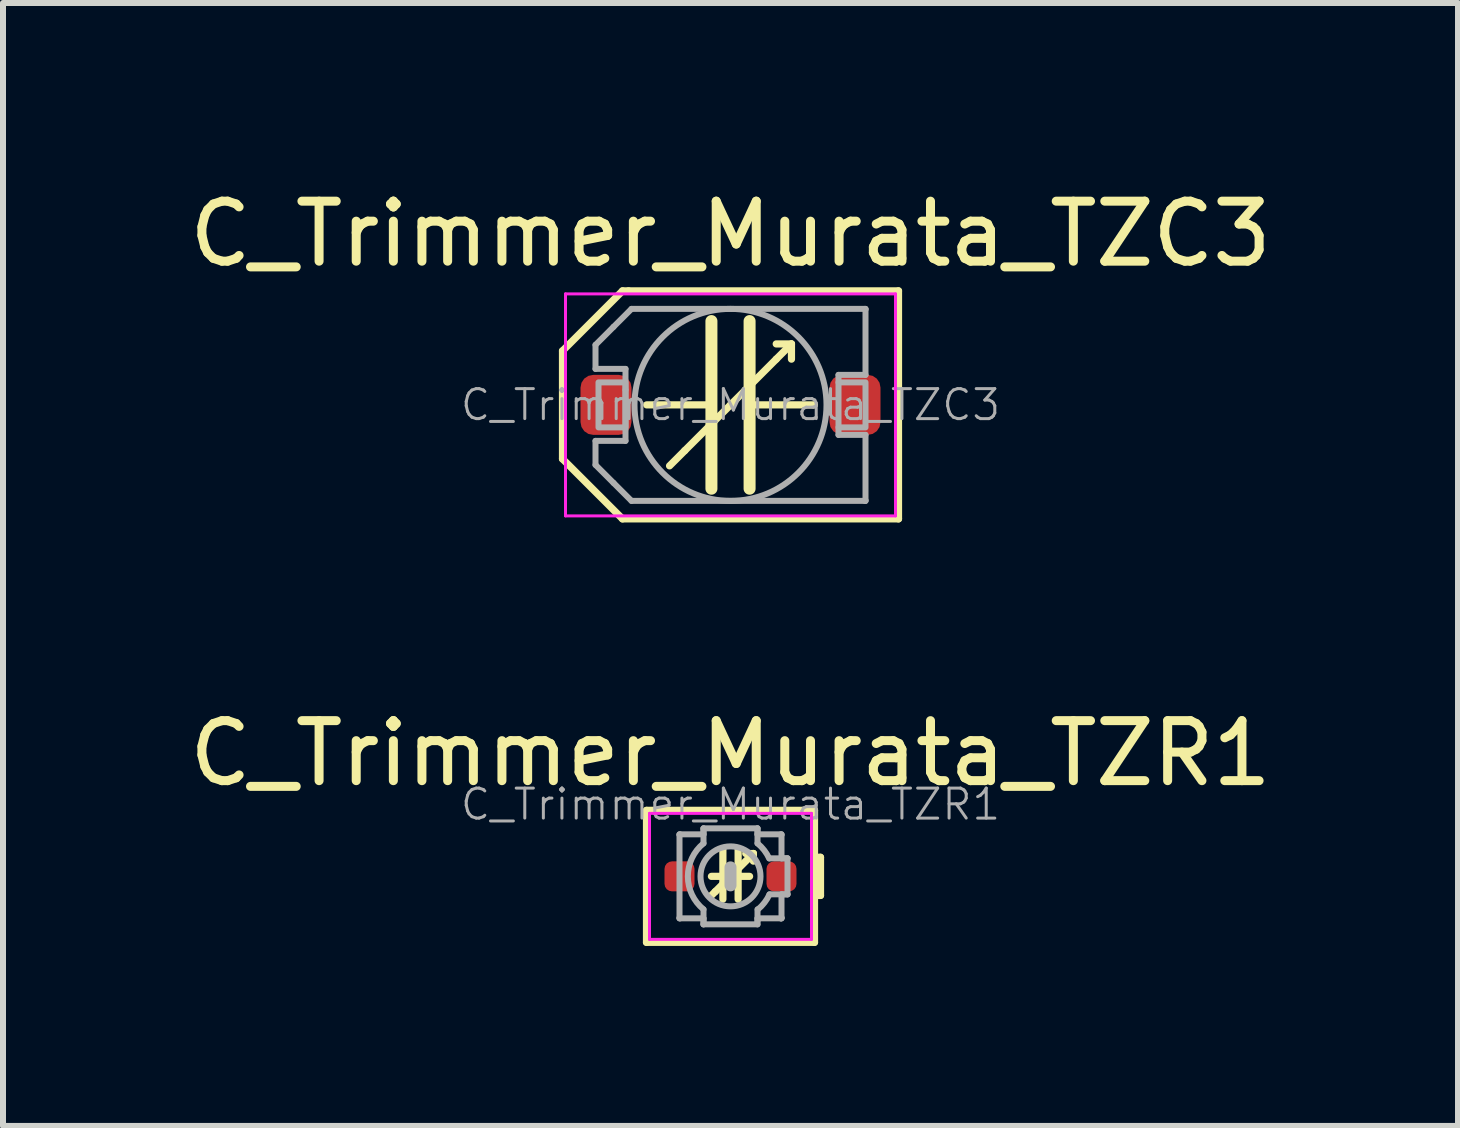
<source format=kicad_pcb>
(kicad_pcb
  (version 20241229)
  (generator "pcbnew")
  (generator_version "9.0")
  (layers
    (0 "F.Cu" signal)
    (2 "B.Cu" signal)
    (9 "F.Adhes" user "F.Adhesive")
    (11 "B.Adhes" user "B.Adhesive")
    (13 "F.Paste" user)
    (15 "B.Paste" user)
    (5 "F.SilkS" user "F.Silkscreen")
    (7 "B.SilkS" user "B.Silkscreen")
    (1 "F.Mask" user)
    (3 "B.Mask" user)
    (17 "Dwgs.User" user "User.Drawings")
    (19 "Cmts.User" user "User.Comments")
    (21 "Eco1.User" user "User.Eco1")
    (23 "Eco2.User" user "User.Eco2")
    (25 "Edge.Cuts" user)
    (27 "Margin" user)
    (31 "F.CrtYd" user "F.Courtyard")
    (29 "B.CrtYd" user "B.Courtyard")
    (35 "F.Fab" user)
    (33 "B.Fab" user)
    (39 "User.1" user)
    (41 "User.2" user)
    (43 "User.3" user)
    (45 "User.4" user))
  (footprint "C_Trimmer_Murata_TZR1"
    (layer "F.Cu")
    (at 9.125 11.556)
    (property "Reference" "C_Trimmer_Murata_TZR1" (at 0 -2.05 0) (layer "F.SilkS") (effects (font (size 1 1) (thickness 0.15))))
    (attr smd)
    (fp_line (start -1.4 -1.1) (end 1.4 -1.1) (stroke (width 0.12) (type solid)) (layer "F.SilkS"))
    (fp_line (start -1.4 1.1) (end -1.4 -1.1) (stroke (width 0.12) (type solid)) (layer "F.SilkS"))
    (fp_line (start -0.254 0.254) (end -0.318 0.318) (stroke (width 0.12) (type solid)) (layer "F.SilkS"))
    (fp_line (start -0.127 -0.445) (end -0.127 0.381) (stroke (width 0.12) (type solid)) (layer "F.SilkS"))
    (fp_line (start -0.127 0) (end -0.318 0) (stroke (width 0.12) (type solid)) (layer "F.SilkS"))
    (fp_line (start 0 0) (end -0.254 0.254) (stroke (width 0.12) (type solid)) (layer "F.SilkS"))
    (fp_line (start 0 0) (end 0.381 -0.381) (stroke (width 0.12) (type solid)) (layer "F.SilkS"))
    (fp_line (start 0.127 -0.445) (end 0.127 0.381) (stroke (width 0.12) (type solid)) (layer "F.SilkS"))
    (fp_line (start 0.127 0) (end 0.318 0) (stroke (width 0.12) (type solid)) (layer "F.SilkS"))
    (fp_line (start 0.318 -0.381) (end 0.254 -0.381) (stroke (width 0.12) (type solid)) (layer "F.SilkS"))
    (fp_line (start 0.381 -0.381) (end 0.318 -0.381) (stroke (width 0.12) (type solid)) (layer "F.SilkS"))
    (fp_line (start 0.381 -0.381) (end 0.381 -0.254) (stroke (width 0.12) (type solid)) (layer "F.SilkS"))
    (fp_line (start 1.4 -1.1) (end 1.4 1.1) (stroke (width 0.12) (type solid)) (layer "F.SilkS"))
    (fp_line (start 1.4 1.1) (end -1.4 1.1) (stroke (width 0.12) (type solid)) (layer "F.SilkS"))
    (fp_line (start 1.437 -0.318) (end 1.5 -0.318) (stroke (width 0.12) (type solid)) (layer "F.SilkS"))
    (fp_line (start 1.5 -0.318) (end 1.5 0.318) (stroke (width 0.12) (type solid)) (layer "F.SilkS"))
    (fp_line (start 1.5 0.318) (end 1.437 0.318) (stroke (width 0.12) (type solid)) (layer "F.SilkS"))
    (fp_line (start -1.35 -1.05) (end -1.35 1.05) (stroke (width 0.05) (type solid)) (layer "F.CrtYd"))
    (fp_line (start -1.35 1.05) (end 1.35 1.05) (stroke (width 0.05) (type solid)) (layer "F.CrtYd"))
    (fp_line (start 1.35 -1.05) (end -1.35 -1.05) (stroke (width 0.05) (type solid)) (layer "F.CrtYd"))
    (fp_line (start 1.35 1.05) (end 1.35 -1.05) (stroke (width 0.05) (type solid)) (layer "F.CrtYd"))
    (fp_line (start -0.85 -0.7) (end -0.84 -0.7) (stroke (width 0.1) (type solid)) (layer "F.Fab"))
    (fp_line (start -0.85 -0.69) (end -0.85 -0.7) (stroke (width 0.1) (type solid)) (layer "F.Fab"))
    (fp_line (start -0.85 0.69) (end -0.85 -0.69) (stroke (width 0.1) (type solid)) (layer "F.Fab"))
    (fp_line (start -0.85 0.7) (end -0.85 0.69) (stroke (width 0.1) (type solid)) (layer "F.Fab"))
    (fp_line (start -0.84 0.7) (end -0.85 0.7) (stroke (width 0.1) (type solid)) (layer "F.Fab"))
    (fp_line (start -0.84 0.7) (end -0.45 0.7) (stroke (width 0.1) (type solid)) (layer "F.Fab"))
    (fp_line (start -0.45 -0.8) (end -0.45 -0.55) (stroke (width 0.1) (type solid)) (layer "F.Fab"))
    (fp_line (start -0.45 -0.8) (end 0.45 -0.8) (stroke (width 0.1) (type solid)) (layer "F.Fab"))
    (fp_line (start -0.45 -0.7) (end -0.84 -0.7) (stroke (width 0.1) (type solid)) (layer "F.Fab"))
    (fp_line (start -0.45 -0.7) (end -0.45 -0.8) (stroke (width 0.1) (type solid)) (layer "F.Fab"))
    (fp_line (start -0.45 0.55) (end -0.45 0.8) (stroke (width 0.1) (type solid)) (layer "F.Fab"))
    (fp_line (start -0.45 0.7) (end -0.45 0.8) (stroke (width 0.1) (type solid)) (layer "F.Fab"))
    (fp_line (start -0.45 0.8) (end 0.45 0.8) (stroke (width 0.1) (type solid)) (layer "F.Fab"))
    (fp_line (start 0 -0.15) (end 0 0.15) (stroke (width 0.2) (type solid)) (layer "F.Fab"))
    (fp_line (start 0.45 -0.8) (end 0.45 -0.7) (stroke (width 0.1) (type solid)) (layer "F.Fab"))
    (fp_line (start 0.45 -0.8) (end 0.45 -0.55) (stroke (width 0.1) (type solid)) (layer "F.Fab"))
    (fp_line (start 0.45 0.55) (end 0.45 0.75) (stroke (width 0.1) (type solid)) (layer "F.Fab"))
    (fp_line (start 0.45 0.7) (end 0.84 0.7) (stroke (width 0.1) (type solid)) (layer "F.Fab"))
    (fp_line (start 0.45 0.8) (end 0.45 0.7) (stroke (width 0.1) (type solid)) (layer "F.Fab"))
    (fp_line (start 0.65 -0.3) (end 0.95 -0.3) (stroke (width 0.1) (type solid)) (layer "F.Fab"))
    (fp_line (start 0.84 -0.7) (end 0.45 -0.7) (stroke (width 0.1) (type solid)) (layer "F.Fab"))
    (fp_line (start 0.84 -0.7) (end 0.85 -0.7) (stroke (width 0.1) (type solid)) (layer "F.Fab"))
    (fp_line (start 0.84 0.7) (end 0.85 0.69) (stroke (width 0.1) (type solid)) (layer "F.Fab"))
    (fp_line (start 0.85 -0.7) (end 0.85 -0.69) (stroke (width 0.1) (type solid)) (layer "F.Fab"))
    (fp_line (start 0.85 -0.3) (end 0.85 -0.69) (stroke (width 0.1) (type solid)) (layer "F.Fab"))
    (fp_line (start 0.85 -0.3) (end 0.95 -0.3) (stroke (width 0.1) (type solid)) (layer "F.Fab"))
    (fp_line (start 0.85 0.69) (end 0.85 0.3) (stroke (width 0.1) (type solid)) (layer "F.Fab"))
    (fp_line (start 0.85 0.69) (end 0.85 0.7) (stroke (width 0.1) (type solid)) (layer "F.Fab"))
    (fp_line (start 0.85 0.7) (end 0.84 0.7) (stroke (width 0.1) (type solid)) (layer "F.Fab"))
    (fp_line (start 0.95 -0.3) (end 0.95 0.3) (stroke (width 0.1) (type solid)) (layer "F.Fab"))
    (fp_line (start 0.95 0.3) (end 0.65 0.3) (stroke (width 0.1) (type solid)) (layer "F.Fab"))
    (fp_line (start 0.95 0.3) (end 0.85 0.3) (stroke (width 0.1) (type solid)) (layer "F.Fab"))
    (fp_arc (start -0.45 0.55) (mid -0.710634 0) (end -0.45 -0.55) (stroke (width 0.1) (type solid)) (layer "F.Fab"))
    (fp_arc (start 0.45 -0.55) (mid 0.561945 -0.434992) (end 0.645226 -0.297797) (stroke (width 0.1) (type solid)) (layer "F.Fab"))
    (fp_arc (start 0.65 0.3) (mid 0.566102 0.43821) (end 0.453329 0.554069) (stroke (width 0.1) (type solid)) (layer "F.Fab"))
    (fp_circle (center 0 0) (end 0.5 0) (stroke (width 0.1) (type solid)) (fill no) (layer "F.Fab"))
    (fp_text user "${REFERENCE}" (at 0 -1.2 0) (layer "F.Fab") (effects (font (size 0.5 0.5) (thickness 0.05))))
    (pad "1" smd roundrect (at -0.85 0) (size 0.5 0.5) (layers "F.Cu" "F.Mask" "F.Paste") (roundrect_rratio 0.25))
    (pad "2" smd roundrect (at 0.85 0) (size 0.5 0.5) (layers "F.Cu" "F.Mask" "F.Paste") (roundrect_rratio 0.25)))
  (footprint "C_Trimmer_Murata_TZC3"
    (layer "F.Cu")
    (at 9.125 3.698)
    (property "Reference" "C_Trimmer_Murata_TZC3" (at 0 -2.85 0) (layer "F.SilkS") (effects (font (size 1 1) (thickness 0.15))))
    (attr smd)
    (fp_line (start -2.8 -0.9) (end -2.8 0.9) (stroke (width 0.12) (type solid)) (layer "F.SilkS"))
    (fp_line (start -2.8 0.9) (end -1.8 1.9) (stroke (width 0.12) (type solid)) (layer "F.SilkS"))
    (fp_line (start -1.8 -1.9) (end -2.8 -0.9) (stroke (width 0.12) (type solid)) (layer "F.SilkS"))
    (fp_line (start -1.8 1.9) (end 2.8 1.9) (stroke (width 0.12) (type solid)) (layer "F.SilkS"))
    (fp_line (start -1.7 -1.9) (end -1.8 -1.9) (stroke (width 0.12) (type solid)) (layer "F.SilkS"))
    (fp_line (start -0.762 0.762) (end -1.016 1.016) (stroke (width 0.12) (type solid)) (layer "F.SilkS"))
    (fp_line (start -0.318 -1.397) (end -0.318 1.397) (stroke (width 0.2) (type solid)) (layer "F.SilkS"))
    (fp_line (start -0.318 0) (end -1.397 0) (stroke (width 0.12) (type solid)) (layer "F.SilkS"))
    (fp_line (start 0 0) (end -0.762 0.762) (stroke (width 0.12) (type solid)) (layer "F.SilkS"))
    (fp_line (start 0 0) (end 0.762 -0.762) (stroke (width 0.12) (type solid)) (layer "F.SilkS"))
    (fp_line (start 0.318 -1.397) (end 0.318 1.397) (stroke (width 0.2) (type solid)) (layer "F.SilkS"))
    (fp_line (start 0.762 -0.762) (end 1.016 -1.016) (stroke (width 0.12) (type solid)) (layer "F.SilkS"))
    (fp_line (start 1.016 -1.016) (end 0.762 -1.016) (stroke (width 0.12) (type solid)) (layer "F.SilkS"))
    (fp_line (start 1.016 -1.016) (end 1.016 -0.762) (stroke (width 0.12) (type solid)) (layer "F.SilkS"))
    (fp_line (start 1.397 0) (end 0.318 0) (stroke (width 0.12) (type solid)) (layer "F.SilkS"))
    (fp_line (start 2.8 -1.9) (end -1.7 -1.9) (stroke (width 0.12) (type solid)) (layer "F.SilkS"))
    (fp_line (start 2.8 1.9) (end 2.8 -1.9) (stroke (width 0.12) (type solid)) (layer "F.SilkS"))
    (fp_line (start -2.75 -1.85) (end -2.75 1.85) (stroke (width 0.05) (type solid)) (layer "F.CrtYd"))
    (fp_line (start -2.75 1.85) (end 2.75 1.85) (stroke (width 0.05) (type solid)) (layer "F.CrtYd"))
    (fp_line (start 2.75 -1.85) (end -2.75 -1.85) (stroke (width 0.05) (type solid)) (layer "F.CrtYd"))
    (fp_line (start 2.75 1.85) (end 2.75 -1.85) (stroke (width 0.05) (type solid)) (layer "F.CrtYd"))
    (fp_line (start -2.25 -1) (end -2.25 -0.6) (stroke (width 0.1) (type solid)) (layer "F.Fab"))
    (fp_line (start -2.25 -1) (end -1.95 -1.3) (stroke (width 0.1) (type solid)) (layer "F.Fab"))
    (fp_line (start -2.25 -0.6) (end -1.75 -0.6) (stroke (width 0.1) (type solid)) (layer "F.Fab"))
    (fp_line (start -2.25 0.6) (end -2.25 1) (stroke (width 0.1) (type solid)) (layer "F.Fab"))
    (fp_line (start -1.95 -1.3) (end -1.65 -1.6) (stroke (width 0.1) (type solid)) (layer "F.Fab"))
    (fp_line (start -1.95 1.3) (end -2.25 1) (stroke (width 0.1) (type solid)) (layer "F.Fab"))
    (fp_line (start -1.75 -0.6) (end -1.75 -0.25) (stroke (width 0.1) (type solid)) (layer "F.Fab"))
    (fp_line (start -1.75 -0.25) (end -1.75 0.6) (stroke (width 0.1) (type solid)) (layer "F.Fab"))
    (fp_line (start -1.75 0.6) (end -2.25 0.6) (stroke (width 0.1) (type solid)) (layer "F.Fab"))
    (fp_line (start -1.65 -1.6) (end 2.24 -1.6) (stroke (width 0.1) (type solid)) (layer "F.Fab"))
    (fp_line (start -1.65 1.6) (end -1.95 1.3) (stroke (width 0.1) (type solid)) (layer "F.Fab"))
    (fp_line (start 1.8 -0.5) (end 1.8 -0.375) (stroke (width 0.1) (type solid)) (layer "F.Fab"))
    (fp_line (start 1.8 0.375) (end 1.8 0.5) (stroke (width 0.1) (type solid)) (layer "F.Fab"))
    (fp_line (start 1.8 0.5) (end 2.25 0.5) (stroke (width 0.1) (type solid)) (layer "F.Fab"))
    (fp_line (start 2.24 -1.6) (end 2.25 -1.6) (stroke (width 0.1) (type solid)) (layer "F.Fab"))
    (fp_line (start 2.24 1.6) (end -1.65 1.6) (stroke (width 0.1) (type solid)) (layer "F.Fab"))
    (fp_line (start 2.25 -1.6) (end 2.25 -1.59) (stroke (width 0.1) (type solid)) (layer "F.Fab"))
    (fp_line (start 2.25 -1.59) (end 2.25 -0.5) (stroke (width 0.1) (type solid)) (layer "F.Fab"))
    (fp_line (start 2.25 -0.5) (end 1.8 -0.5) (stroke (width 0.1) (type solid)) (layer "F.Fab"))
    (fp_line (start 2.25 0.5) (end 2.25 1.59) (stroke (width 0.1) (type solid)) (layer "F.Fab"))
    (fp_line (start 2.25 1.59) (end 2.25 1.6) (stroke (width 0.1) (type solid)) (layer "F.Fab"))
    (fp_line (start 2.25 1.6) (end 2.24 1.6) (stroke (width 0.1) (type solid)) (layer "F.Fab"))
    (fp_rect (start -2.2 -0.375) (end -1.75 0.375) (stroke (width 0.1) (type solid)) (fill no) (layer "F.Fab"))
    (fp_rect (start 1.8 -0.375) (end 2.25 0.375) (stroke (width 0.1) (type solid)) (fill no) (layer "F.Fab"))
    (fp_circle (center 0 0) (end 1.6 0) (stroke (width 0.1) (type solid)) (fill no) (layer "F.Fab"))
    (fp_text user "${REFERENCE}" (at 0 0 0) (layer "F.Fab") (effects (font (size 0.5 0.5) (thickness 0.05))))
    (pad "1" smd roundrect (at -2.075 0) (size 0.85 1) (layers "F.Cu" "F.Mask" "F.Paste") (roundrect_rratio 0.25))
    (pad "2" smd roundrect (at 2.075 0) (size 0.85 1) (layers "F.Cu" "F.Mask" "F.Paste") (roundrect_rratio 0.25)))
  (gr_rect
    (start -3 -3)
    (end 21.25 15.716)
    (stroke (width 0.1) (type default))
    (fill no)
    (layer "Edge.Cuts")))
</source>
